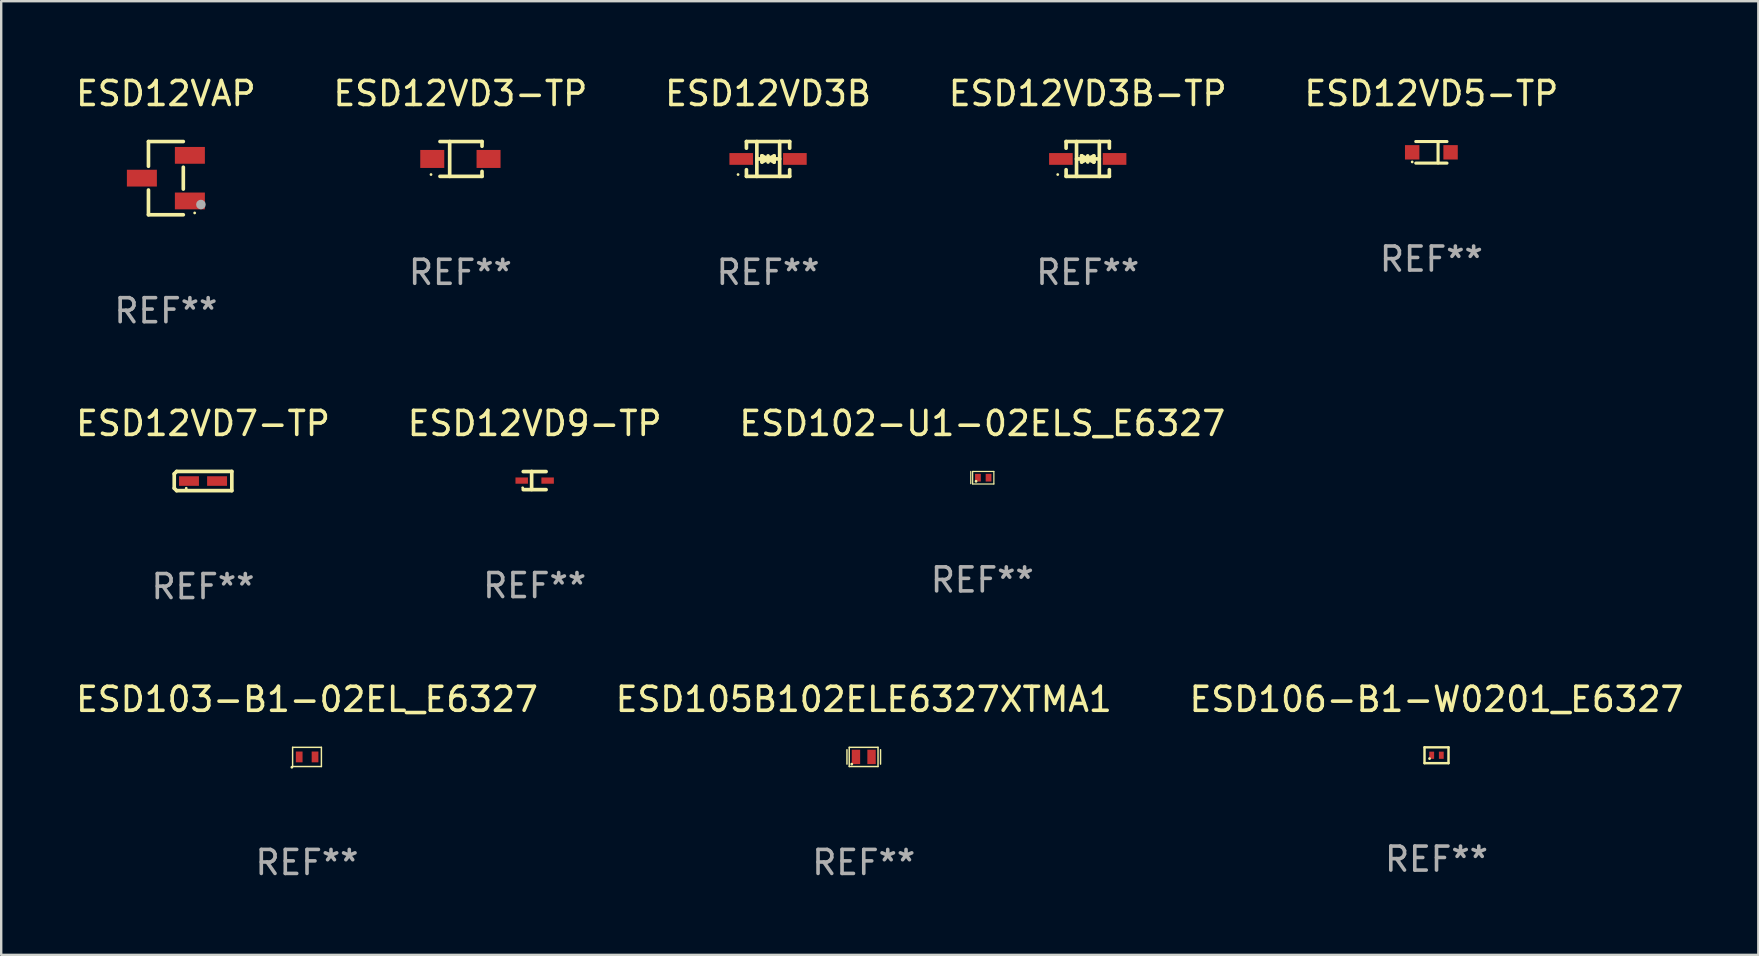
<source format=kicad_pcb>
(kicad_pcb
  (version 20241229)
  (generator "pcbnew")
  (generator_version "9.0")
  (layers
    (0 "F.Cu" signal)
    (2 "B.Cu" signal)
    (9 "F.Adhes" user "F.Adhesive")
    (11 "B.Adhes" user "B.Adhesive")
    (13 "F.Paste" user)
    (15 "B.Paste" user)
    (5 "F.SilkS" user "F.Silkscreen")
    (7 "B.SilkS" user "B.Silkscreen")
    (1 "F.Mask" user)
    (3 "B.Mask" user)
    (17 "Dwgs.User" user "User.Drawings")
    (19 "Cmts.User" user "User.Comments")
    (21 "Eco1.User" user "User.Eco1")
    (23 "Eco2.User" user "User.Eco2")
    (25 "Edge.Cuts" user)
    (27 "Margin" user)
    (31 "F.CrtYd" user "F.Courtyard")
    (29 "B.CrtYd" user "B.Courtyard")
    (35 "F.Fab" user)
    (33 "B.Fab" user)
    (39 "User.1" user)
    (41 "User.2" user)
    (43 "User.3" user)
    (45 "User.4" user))
  (footprint "ESD12VD3-TP"
    (layer "F.Cu")
    (at 16.137 3.574)
    (property "Reference" "ESD12VD3-TP" (at 0 -2.726 0) (layer "F.SilkS") (effects (font (size 1 1) (thickness 0.15))))
    (attr through_hole)
    (fp_line (start -0.851 -0.726) (end 0.901 -0.726) (stroke (width 0.152) (type solid)) (layer "F.SilkS"))
    (fp_line (start -0.851 0.726) (end 0.901 0.726) (stroke (width 0.152) (type solid)) (layer "F.SilkS"))
    (fp_line (start -0.447 -0.726) (end -0.447 0.726) (stroke (width 0.152) (type solid)) (layer "F.SilkS"))
    (fp_line (start 0.901 -0.726) (end 0.901 -0.53) (stroke (width 0.152) (type solid)) (layer "F.SilkS"))
    (fp_line (start 0.901 0.726) (end 0.901 0.52) (stroke (width 0.152) (type solid)) (layer "F.SilkS"))
    (fp_circle (center -1.225 0.65) (end -1.195 0.65) (stroke (width 0.06) (type solid)) (fill no) (layer "F.SilkS"))
    (fp_text user "REF**" (at 0 4.726 0) (layer "F.Fab") (effects (font (size 1 1) (thickness 0.15))))
    (pad "1" smd rect (at -1.173 0) (size 1 0.75) (layers "F.Cu" "F.Mask" "F.Paste"))
    (pad "2" smd rect (at 1.173 0) (size 1 0.75) (layers "F.Cu" "F.Mask" "F.Paste")))
  (footprint "ESD106-B1-W0201_E6327"
    (layer "F.Cu")
    (at 56.815 28.424)
    (property "Reference" "ESD106-B1-W0201_E6327" (at 0 -2.33 0) (layer "F.SilkS") (effects (font (size 1 1) (thickness 0.15))))
    (attr through_hole)
    (fp_line (start -0.5 -0.33) (end -0.5 0.33) (stroke (width 0.102) (type solid)) (layer "F.SilkS"))
    (fp_line (start -0.5 -0.33) (end 0.5 -0.33) (stroke (width 0.102) (type solid)) (layer "F.SilkS"))
    (fp_line (start -0.5 0.33) (end 0.5 0.33) (stroke (width 0.102) (type solid)) (layer "F.SilkS"))
    (fp_line (start 0.5 -0.33) (end 0.5 0.33) (stroke (width 0.102) (type solid)) (layer "F.SilkS"))
    (fp_circle (center -0.29 0.14) (end -0.26 0.14) (stroke (width 0.06) (type solid)) (fill no) (layer "F.SilkS"))
    (fp_text user "REF**" (at 0 4.33 0) (layer "F.Fab") (effects (font (size 1 1) (thickness 0.15))))
    (pad "1" smd rect (at -0.2 -0.000089 270) (size 0.3 0.2) (layers "F.Cu" "F.Mask" "F.Paste"))
    (pad "2" smd rect (at 0.2 -0.000089 270) (size 0.3 0.2) (layers "F.Cu" "F.Mask" "F.Paste")))
  (footprint "ESD102-U1-02ELS_E6327"
    (layer "F.Cu")
    (at 37.887 16.858)
    (property "Reference" "ESD102-U1-02ELS_E6327" (at 0 -2.261 0) (layer "F.SilkS") (effects (font (size 1 1) (thickness 0.15))))
    (attr through_hole)
    (fp_line (start -0.481 -0.261) (end -0.481 0.247) (stroke (width 0.051) (type solid)) (layer "F.SilkS"))
    (fp_line (start -0.403 -0.26) (end -0.37 -0.26) (stroke (width 0.05) (type solid)) (layer "F.SilkS"))
    (fp_line (start -0.403 0.261) (end -0.403 -0.26) (stroke (width 0.05) (type solid)) (layer "F.SilkS"))
    (fp_line (start -0.37 -0.26) (end 0.481 -0.26) (stroke (width 0.05) (type solid)) (layer "F.SilkS"))
    (fp_line (start 0.481 -0.26) (end 0.481 0.261) (stroke (width 0.05) (type solid)) (layer "F.SilkS"))
    (fp_line (start 0.481 0.261) (end -0.403 0.261) (stroke (width 0.05) (type solid)) (layer "F.SilkS"))
    (fp_circle (center -0.261 0.149) (end -0.231 0.149) (stroke (width 0.06) (type solid)) (fill no) (layer "F.SilkS"))
    (fp_text user "REF**" (at 0 4.261 0) (layer "F.Fab") (effects (font (size 1 1) (thickness 0.15))))
    (pad "1" smd rect (at -0.182 -0.001 90) (size 0.32 0.24) (layers "F.Cu" "F.Mask" "F.Paste"))
    (pad "2" smd rect (at 0.26 -0.001 90) (size 0.32 0.24) (layers "F.Cu" "F.Mask" "F.Paste")))
  (footprint "ESD12VD5-TP"
    (layer "F.Cu")
    (at 56.601 3.298)
    (property "Reference" "ESD12VD5-TP" (at 0 -2.45 0) (layer "F.SilkS") (effects (font (size 1 1) (thickness 0.15))))
    (attr through_hole)
    (fp_line (start -0.65 -0.45) (end 0.65 -0.45) (stroke (width 0.13) (type solid)) (layer "F.SilkS"))
    (fp_line (start -0.65 0.45) (end 0.65 0.45) (stroke (width 0.13) (type solid)) (layer "F.SilkS"))
    (fp_line (start 0.279 -0.406) (end 0.279 0.444) (stroke (width 0.13) (type solid)) (layer "F.SilkS"))
    (fp_circle (center -0.8 0.4) (end -0.77 0.4) (stroke (width 0.06) (type solid)) (fill no) (layer "F.SilkS"))
    (fp_text user "REF**" (at 0 4.45 0) (layer "F.Fab") (effects (font (size 1 1) (thickness 0.15))))
    (pad "1" smd rect (at -0.8 0) (size 0.6 0.6) (layers "F.Cu" "F.Mask" "F.Paste"))
    (pad "2" smd rect (at 0.8 0 180) (size 0.6 0.6) (layers "F.Cu" "F.Mask" "F.Paste")))
  (footprint "ESD12VD3B-TP"
    (layer "F.Cu")
    (at 42.28 3.574)
    (property "Reference" "ESD12VD3B-TP" (at 0 -2.726 0) (layer "F.SilkS") (effects (font (size 1 1) (thickness 0.15))))
    (attr through_hole)
    (fp_line (start -0.901 -0.726) (end -0.901 -0.448) (stroke (width 0.152) (type solid)) (layer "F.SilkS"))
    (fp_line (start -0.901 0.726) (end -0.901 0.448) (stroke (width 0.152) (type solid)) (layer "F.SilkS"))
    (fp_line (start -0.467 0) (end 0.483 -0.003) (stroke (width 0.154) (type solid)) (layer "F.SilkS"))
    (fp_line (start -0.467 0.726) (end -0.467 -0.726) (stroke (width 0.152) (type solid)) (layer "F.SilkS"))
    (fp_line (start -0.254 -0.127) (end -0.254 -0.127) (stroke (width 0.154) (type solid)) (layer "F.SilkS"))
    (fp_line (start -0.254 -0.127) (end -0.002 -0.003) (stroke (width 0.154) (type solid)) (layer "F.SilkS"))
    (fp_line (start -0.254 0.127) (end -0.254 -0.127) (stroke (width 0.154) (type solid)) (layer "F.SilkS"))
    (fp_line (start -0.127 0) (end 0.003 0) (stroke (width 0.154) (type solid)) (layer "F.SilkS"))
    (fp_line (start -0.003 0) (end -0.254 0.127) (stroke (width 0.154) (type solid)) (layer "F.SilkS"))
    (fp_line (start 0 -0.127) (end 0 0.127) (stroke (width 0.154) (type solid)) (layer "F.SilkS"))
    (fp_line (start 0.003 0) (end 0.254 -0.127) (stroke (width 0.154) (type solid)) (layer "F.SilkS"))
    (fp_line (start 0.127 0) (end -0.003 0) (stroke (width 0.154) (type solid)) (layer "F.SilkS"))
    (fp_line (start 0.254 -0.127) (end 0.254 0.127) (stroke (width 0.154) (type solid)) (layer "F.SilkS"))
    (fp_line (start 0.254 0.127) (end 0.002 0.003) (stroke (width 0.154) (type solid)) (layer "F.SilkS"))
    (fp_line (start 0.254 0.127) (end 0.254 0.127) (stroke (width 0.154) (type solid)) (layer "F.SilkS"))
    (fp_line (start 0.483 0.726) (end 0.483 -0.726) (stroke (width 0.152) (type solid)) (layer "F.SilkS"))
    (fp_line (start 0.901 -0.726) (end -0.901 -0.726) (stroke (width 0.152) (type solid)) (layer "F.SilkS"))
    (fp_line (start 0.901 -0.726) (end 0.901 -0.448) (stroke (width 0.152) (type solid)) (layer "F.SilkS"))
    (fp_line (start 0.901 0.726) (end -0.901 0.726) (stroke (width 0.152) (type solid)) (layer "F.SilkS"))
    (fp_line (start 0.901 0.726) (end 0.901 0.448) (stroke (width 0.152) (type solid)) (layer "F.SilkS"))
    (fp_circle (center -1.25 0.65) (end -1.22 0.65) (stroke (width 0.06) (type solid)) (fill no) (layer "F.SilkS"))
    (fp_text user "REF**" (at 0 4.726 0) (layer "F.Fab") (effects (font (size 1 1) (thickness 0.15))))
    (pad "1" smd rect (at -1.118 0) (size 0.985 0.49) (layers "F.Cu" "F.Mask" "F.Paste"))
    (pad "2" smd rect (at 1.118 0) (size 0.985 0.49) (layers "F.Cu" "F.Mask" "F.Paste")))
  (footprint "ESD12VD3B"
    (layer "F.Cu")
    (at 28.958 3.574)
    (property "Reference" "ESD12VD3B" (at 0 -2.726 0) (layer "F.SilkS") (effects (font (size 1 1) (thickness 0.15))))
    (attr through_hole)
    (fp_line (start -0.901 -0.726) (end -0.901 -0.448) (stroke (width 0.152) (type solid)) (layer "F.SilkS"))
    (fp_line (start -0.901 0.726) (end -0.901 0.448) (stroke (width 0.152) (type solid)) (layer "F.SilkS"))
    (fp_line (start -0.467 0) (end 0.483 -0.003) (stroke (width 0.154) (type solid)) (layer "F.SilkS"))
    (fp_line (start -0.467 0.726) (end -0.467 -0.726) (stroke (width 0.152) (type solid)) (layer "F.SilkS"))
    (fp_line (start -0.254 -0.127) (end -0.254 -0.127) (stroke (width 0.154) (type solid)) (layer "F.SilkS"))
    (fp_line (start -0.254 -0.127) (end -0.002 -0.003) (stroke (width 0.154) (type solid)) (layer "F.SilkS"))
    (fp_line (start -0.254 0.127) (end -0.254 -0.127) (stroke (width 0.154) (type solid)) (layer "F.SilkS"))
    (fp_line (start -0.127 0) (end 0.003 0) (stroke (width 0.154) (type solid)) (layer "F.SilkS"))
    (fp_line (start -0.003 0) (end -0.254 0.127) (stroke (width 0.154) (type solid)) (layer "F.SilkS"))
    (fp_line (start 0 -0.127) (end 0 0.127) (stroke (width 0.154) (type solid)) (layer "F.SilkS"))
    (fp_line (start 0.003 0) (end 0.254 -0.127) (stroke (width 0.154) (type solid)) (layer "F.SilkS"))
    (fp_line (start 0.127 0) (end -0.003 0) (stroke (width 0.154) (type solid)) (layer "F.SilkS"))
    (fp_line (start 0.254 -0.127) (end 0.254 0.127) (stroke (width 0.154) (type solid)) (layer "F.SilkS"))
    (fp_line (start 0.254 0.127) (end 0.002 0.003) (stroke (width 0.154) (type solid)) (layer "F.SilkS"))
    (fp_line (start 0.254 0.127) (end 0.254 0.127) (stroke (width 0.154) (type solid)) (layer "F.SilkS"))
    (fp_line (start 0.483 0.726) (end 0.483 -0.726) (stroke (width 0.152) (type solid)) (layer "F.SilkS"))
    (fp_line (start 0.901 -0.726) (end -0.901 -0.726) (stroke (width 0.152) (type solid)) (layer "F.SilkS"))
    (fp_line (start 0.901 -0.726) (end 0.901 -0.448) (stroke (width 0.152) (type solid)) (layer "F.SilkS"))
    (fp_line (start 0.901 0.726) (end -0.901 0.726) (stroke (width 0.152) (type solid)) (layer "F.SilkS"))
    (fp_line (start 0.901 0.726) (end 0.901 0.448) (stroke (width 0.152) (type solid)) (layer "F.SilkS"))
    (fp_circle (center -1.25 0.65) (end -1.22 0.65) (stroke (width 0.06) (type solid)) (fill no) (layer "F.SilkS"))
    (fp_text user "REF**" (at 0 4.726 0) (layer "F.Fab") (effects (font (size 1 1) (thickness 0.15))))
    (pad "1" smd rect (at -1.118 0) (size 0.985 0.49) (layers "F.Cu" "F.Mask" "F.Paste"))
    (pad "2" smd rect (at 1.118 0) (size 0.985 0.49) (layers "F.Cu" "F.Mask" "F.Paste")))
  (footprint "ESD103-B1-02EL_E6327"
    (layer "F.Cu")
    (at 9.744 28.494)
    (property "Reference" "ESD103-B1-02EL_E6327" (at 0 -2.4 0) (layer "F.SilkS") (effects (font (size 1 1) (thickness 0.15))))
    (attr through_hole)
    (fp_line (start -0.6 -0.4) (end 0.6 -0.4) (stroke (width 0.06) (type solid)) (layer "F.SilkS"))
    (fp_line (start -0.6 0.4) (end -0.6 -0.4) (stroke (width 0.06) (type solid)) (layer "F.SilkS"))
    (fp_line (start 0.6 -0.4) (end 0.6 0.4) (stroke (width 0.06) (type solid)) (layer "F.SilkS"))
    (fp_line (start 0.6 0.4) (end -0.6 0.4) (stroke (width 0.06) (type solid)) (layer "F.SilkS"))
    (fp_circle (center -0.63 0.43) (end -0.6 0.43) (stroke (width 0.06) (type solid)) (fill no) (layer "F.SilkS"))
    (fp_text user "REF**" (at 0 4.4 0) (layer "F.Fab") (effects (font (size 1 1) (thickness 0.15))))
    (pad "1" smd rect (at -0.325 0) (size 0.28 0.45) (layers "F.Cu" "F.Mask" "F.Paste"))
    (pad "2" smd rect (at 0.335 0) (size 0.28 0.45) (layers "F.Cu" "F.Mask" "F.Paste")))
  (footprint "ESD12VAP"
    (layer "F.Cu")
    (at 3.863 4.374)
    (property "Reference" "ESD12VAP" (at 0 -3.526 0) (layer "F.SilkS") (effects (font (size 1 1) (thickness 0.15))))
    (attr through_hole)
    (fp_line (start -0.726 -1.526) (end -0.726 -0.495) (stroke (width 0.152) (type solid)) (layer "F.SilkS"))
    (fp_line (start -0.726 1.526) (end -0.726 0.495) (stroke (width 0.152) (type solid)) (layer "F.SilkS"))
    (fp_line (start 0.726 -1.526) (end -0.726 -1.526) (stroke (width 0.152) (type solid)) (layer "F.SilkS"))
    (fp_line (start 0.726 -0.455) (end 0.726 0.455) (stroke (width 0.152) (type solid)) (layer "F.SilkS"))
    (fp_line (start 0.726 1.526) (end -0.726 1.526) (stroke (width 0.152) (type solid)) (layer "F.SilkS"))
    (fp_circle (center 1.2 1.45) (end 1.23 1.45) (stroke (width 0.06) (type solid)) (fill no) (layer "F.SilkS"))
    (fp_circle (center 1.46 1.1) (end 1.56 1.1) (stroke (width 0.2) (type solid)) (fill no) (layer "F.Fab"))
    (fp_text user "REF**" (at 0 5.526 0) (layer "F.Fab") (effects (font (size 1 1) (thickness 0.15))))
    (pad "1" smd rect (at 1 0.95) (size 1.25 0.7) (layers "F.Cu" "F.Mask" "F.Paste"))
    (pad "2" smd rect (at 1 -0.95) (size 1.25 0.7) (layers "F.Cu" "F.Mask" "F.Paste"))
    (pad "3" smd rect (at -1 0) (size 1.25 0.7) (layers "F.Cu" "F.Mask" "F.Paste")))
  (footprint "ESD12VD7-TP"
    (layer "F.Cu")
    (at 5.411 16.997)
    (property "Reference" "ESD12VD7-TP" (at 0 -2.4 0) (layer "F.SilkS") (effects (font (size 1 1) (thickness 0.15))))
    (attr through_hole)
    (fp_line (start -1.2 -0.3) (end -1.1 -0.4) (stroke (width 0.152) (type solid)) (layer "F.SilkS"))
    (fp_line (start -1.2 0.3) (end -1.2 -0.3) (stroke (width 0.152) (type solid)) (layer "F.SilkS"))
    (fp_line (start -1.1 -0.4) (end 1.2 -0.4) (stroke (width 0.152) (type solid)) (layer "F.SilkS"))
    (fp_line (start -1.1 0.4) (end -1.2 0.3) (stroke (width 0.152) (type solid)) (layer "F.SilkS"))
    (fp_line (start 1.2 -0.4) (end 1.2 0.4) (stroke (width 0.152) (type solid)) (layer "F.SilkS"))
    (fp_line (start 1.2 0.4) (end -1.1 0.4) (stroke (width 0.152) (type solid)) (layer "F.SilkS"))
    (fp_circle (center -0.7 0.3) (end -0.67 0.3) (stroke (width 0.06) (type solid)) (fill no) (layer "F.SilkS"))
    (fp_text user "REF**" (at 0 4.4 0) (layer "F.Fab") (effects (font (size 1 1) (thickness 0.15))))
    (pad "1" smd rect (at -0.585 0 180) (size 0.83 0.4) (layers "F.Cu" "F.Mask" "F.Paste"))
    (pad "2" smd rect (at 0.585 0 180) (size 0.83 0.4) (layers "F.Cu" "F.Mask" "F.Paste")))
  (footprint "ESD105B102ELE6327XTMA1"
    (layer "F.Cu")
    (at 32.946 28.494)
    (property "Reference" "ESD105B102ELE6327XTMA1" (at 0 -2.4 0) (layer "F.SilkS") (effects (font (size 1 1) (thickness 0.15))))
    (attr through_hole)
    (fp_line (start -0.7 -0.3) (end -0.7 0.3) (stroke (width 0.06) (type solid)) (layer "F.SilkS"))
    (fp_line (start -0.605 -0.4) (end 0.595 -0.4) (stroke (width 0.06) (type solid)) (layer "F.SilkS"))
    (fp_line (start -0.605 0.4) (end -0.605 -0.4) (stroke (width 0.06) (type solid)) (layer "F.SilkS"))
    (fp_line (start 0.595 -0.4) (end 0.595 0.4) (stroke (width 0.06) (type solid)) (layer "F.SilkS"))
    (fp_line (start 0.595 0.4) (end -0.605 0.4) (stroke (width 0.06) (type solid)) (layer "F.SilkS"))
    (fp_line (start 0.7 -0.3) (end 0.7 0.3) (stroke (width 0.06) (type solid)) (layer "F.SilkS"))
    (fp_circle (center -0.5 0.3) (end -0.47 0.3) (stroke (width 0.06) (type solid)) (fill no) (layer "F.SilkS"))
    (fp_text user "REF**" (at 0 4.4 0) (layer "F.Fab") (effects (font (size 1 1) (thickness 0.15))))
    (pad "1" smd rect (at -0.325 0) (size 0.35 0.6) (layers "F.Cu" "F.Mask" "F.Paste"))
    (pad "2" smd rect (at 0.325 0) (size 0.35 0.6) (layers "F.Cu" "F.Mask" "F.Paste")))
  (footprint "ESD12VD9-TP"
    (layer "F.Cu")
    (at 19.232 16.976)
    (property "Reference" "ESD12VD9-TP" (at 0 -2.379 0) (layer "F.SilkS") (effects (font (size 1 1) (thickness 0.15))))
    (attr through_hole)
    (fp_line (start -0.476 -0.374) (end 0.476 -0.374) (stroke (width 0.152) (type solid)) (layer "F.SilkS"))
    (fp_line (start -0.476 0.379) (end 0.476 0.379) (stroke (width 0.152) (type solid)) (layer "F.SilkS"))
    (fp_line (start -0.127 -0.379) (end -0.127 0.374) (stroke (width 0.152) (type solid)) (layer "F.SilkS"))
    (fp_circle (center -0.5 0.302) (end -0.47 0.302) (stroke (width 0.06) (type solid)) (fill no) (layer "F.SilkS"))
    (fp_text user "REF**" (at 0 4.379 0) (layer "F.Fab") (effects (font (size 1 1) (thickness 0.15))))
    (pad "1" smd rect (at -0.54 0.002 180) (size 0.52 0.26) (layers "F.Cu" "F.Mask" "F.Paste"))
    (pad "2" smd rect (at 0.54 0.002 180) (size 0.52 0.26) (layers "F.Cu" "F.Mask" "F.Paste")))
  (gr_rect
    (start -3 -3)
    (end 70.226 36.742)
    (stroke (width 0.1) (type default))
    (fill no)
    (layer "Edge.Cuts")))
</source>
